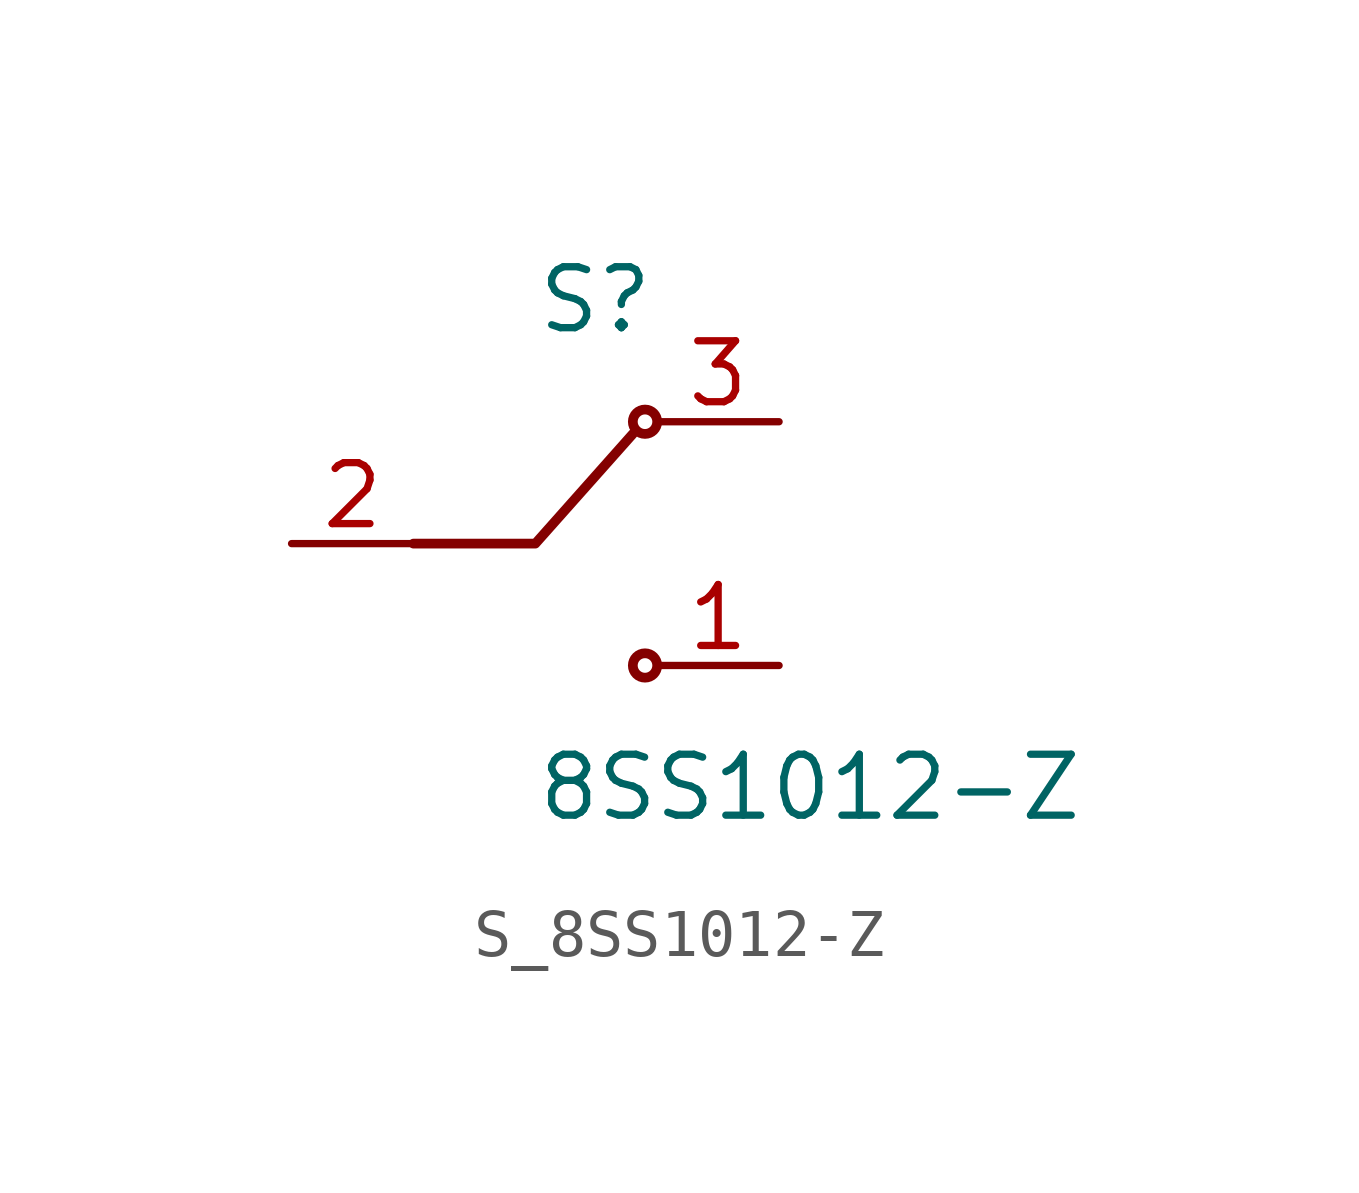
<source format=kicad_sym>
(kicad_symbol_lib
  (version 20231120)
  (generator kicad_symbol_editor)
  (generator_version 8.0)
  (symbol "S_8SS1012-Z"
    (pin_names
      (offset 0.254))
    (property "Reference" "S"
      (at 0 5.08 0)
      (effects (font (size 1.27 1.27)) (justify left)))
    (property "Value" "8SS1012-Z"
      (at 0 -5.08 0)
      (effects (font (size 1.27 1.27)) (justify left)))
    (symbol "S_8SS1012-Z_0_0"
      (pin passive line (at 5.08 -2.54 180) (length 2.54) (name "" (effects (font (size 1.27 1.27)))) (number "1" (effects (font (size 1.27 1.27)))))
      (pin passive line (at -5.08 0 0) (length 2.54) (name "" (effects (font (size 1.27 1.27)))) (number "2" (effects (font (size 1.27 1.27)))))
      (pin passive line (at 5.08 2.54 180) (length 2.54) (name "" (effects (font (size 1.27 1.27)))) (number "3" (effects (font (size 1.27 1.27)))))
      (polyline (pts (xy -2.54 0) (xy 0 0) (xy 2.032 2.286)) (stroke (width 0.203) (type solid)) (fill (type none)))
      (circle (center 2.286 2.54) (radius 0.254) (stroke (width 0.203) (type solid)) (fill (type none)))
      (circle (center 2.286 -2.54) (radius 0.254) (stroke (width 0.203) (type solid)) (fill (type none))))
    (symbol "S_8SS1012-Z_1_0")))
</source>
